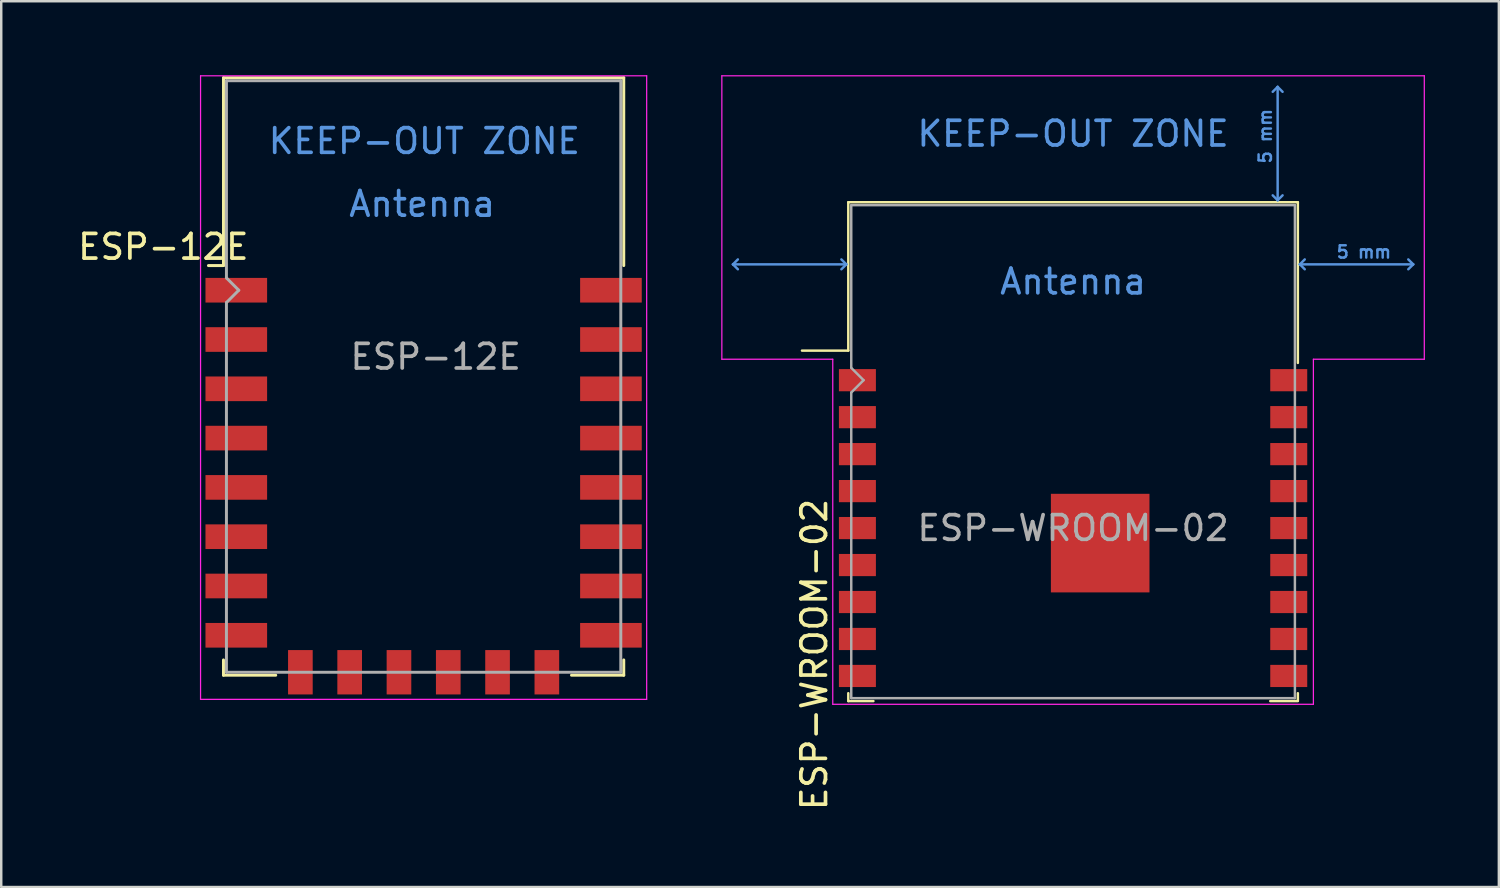
<source format=kicad_pcb>
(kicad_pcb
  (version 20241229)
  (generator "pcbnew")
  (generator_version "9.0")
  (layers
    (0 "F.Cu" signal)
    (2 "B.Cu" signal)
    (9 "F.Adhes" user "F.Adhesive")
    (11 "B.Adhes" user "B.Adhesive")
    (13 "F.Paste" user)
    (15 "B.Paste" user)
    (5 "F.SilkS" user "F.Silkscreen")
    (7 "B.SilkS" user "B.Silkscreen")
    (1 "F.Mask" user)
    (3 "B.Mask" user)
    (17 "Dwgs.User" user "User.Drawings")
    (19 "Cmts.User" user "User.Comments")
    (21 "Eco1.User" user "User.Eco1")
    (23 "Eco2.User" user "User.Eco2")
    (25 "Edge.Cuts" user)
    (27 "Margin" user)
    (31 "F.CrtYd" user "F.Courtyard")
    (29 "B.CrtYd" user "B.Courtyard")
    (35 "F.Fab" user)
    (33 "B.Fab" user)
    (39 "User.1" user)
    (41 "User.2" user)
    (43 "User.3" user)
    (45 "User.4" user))
  (footprint "ESP-WROOM-02"
    (layer "F.Cu")
    (at 40.487 18.375)
    (property "Reference" "ESP-WROOM-02" (at -10.5 5.13 90) (layer "F.SilkS") (effects (font (size 1 1) (thickness 0.15))))
    (attr smd)
    (fp_line (start -9.12 -13.22) (end -9.12 -7.2) (stroke (width 0.1) (type solid)) (layer "F.SilkS"))
    (fp_line (start -9.12 -13.22) (end 9.12 -13.22) (stroke (width 0.1) (type solid)) (layer "F.SilkS"))
    (fp_line (start -9.12 -7.2) (end -11 -7.2) (stroke (width 0.1) (type solid)) (layer "F.SilkS"))
    (fp_line (start -9.12 6.7) (end -9.12 7.02) (stroke (width 0.1) (type solid)) (layer "F.SilkS"))
    (fp_line (start -9.12 7.02) (end -8.1 7.02) (stroke (width 0.1) (type solid)) (layer "F.SilkS"))
    (fp_line (start 8 7.02) (end 9.12 7.02) (stroke (width 0.1) (type solid)) (layer "F.SilkS"))
    (fp_line (start 9.12 -13.22) (end 9.12 -6.7) (stroke (width 0.1) (type solid)) (layer "F.SilkS"))
    (fp_line (start 9.12 6.7) (end 9.12 7) (stroke (width 0.1) (type solid)) (layer "F.SilkS"))
    (fp_line (start -13.8 -10.7) (end -13.6 -10.9) (stroke (width 0.1) (type solid)) (layer "Cmts.User"))
    (fp_line (start -13.8 -10.7) (end -13.6 -10.5) (stroke (width 0.1) (type solid)) (layer "Cmts.User"))
    (fp_line (start -13.8 -10.7) (end -9.2 -10.7) (stroke (width 0.1) (type solid)) (layer "Cmts.User"))
    (fp_line (start -9.2 -10.7) (end -9.4 -10.9) (stroke (width 0.1) (type solid)) (layer "Cmts.User"))
    (fp_line (start -9.2 -10.7) (end -9.4 -10.5) (stroke (width 0.1) (type solid)) (layer "Cmts.User"))
    (fp_line (start 8.3 -17.9) (end 8.1 -17.7) (stroke (width 0.1) (type solid)) (layer "Cmts.User"))
    (fp_line (start 8.3 -17.9) (end 8.5 -17.7) (stroke (width 0.1) (type solid)) (layer "Cmts.User"))
    (fp_line (start 8.3 -13.3) (end 8.1 -13.5) (stroke (width 0.1) (type solid)) (layer "Cmts.User"))
    (fp_line (start 8.3 -13.3) (end 8.3 -17.9) (stroke (width 0.1) (type solid)) (layer "Cmts.User"))
    (fp_line (start 8.3 -13.3) (end 8.5 -13.5) (stroke (width 0.1) (type solid)) (layer "Cmts.User"))
    (fp_line (start 9.2 -10.7) (end 9.4 -10.9) (stroke (width 0.1) (type solid)) (layer "Cmts.User"))
    (fp_line (start 9.2 -10.7) (end 9.4 -10.5) (stroke (width 0.1) (type solid)) (layer "Cmts.User"))
    (fp_line (start 9.2 -10.7) (end 13.8 -10.7) (stroke (width 0.1) (type solid)) (layer "Cmts.User"))
    (fp_line (start 13.8 -10.7) (end 13.6 -10.9) (stroke (width 0.1) (type solid)) (layer "Cmts.User"))
    (fp_line (start 13.8 -10.7) (end 13.6 -10.5) (stroke (width 0.1) (type solid)) (layer "Cmts.User"))
    (fp_line (start -14.25 -18.35) (end -14.25 -6.85) (stroke (width 0.05) (type solid)) (layer "F.CrtYd"))
    (fp_line (start -14.25 -18.35) (end 14.25 -18.35) (stroke (width 0.05) (type solid)) (layer "F.CrtYd"))
    (fp_line (start -14.25 -6.85) (end -9.75 -6.85) (stroke (width 0.05) (type solid)) (layer "F.CrtYd"))
    (fp_line (start -9.75 7.15) (end -9.75 -6.85) (stroke (width 0.05) (type solid)) (layer "F.CrtYd"))
    (fp_line (start -9.75 7.15) (end 9.75 7.15) (stroke (width 0.05) (type solid)) (layer "F.CrtYd"))
    (fp_line (start 9.75 -6.85) (end 9.75 7.15) (stroke (width 0.05) (type solid)) (layer "F.CrtYd"))
    (fp_line (start 9.75 -6.85) (end 14.25 -6.85) (stroke (width 0.05) (type solid)) (layer "F.CrtYd"))
    (fp_line (start 14.25 -18.35) (end 14.25 -6.85) (stroke (width 0.05) (type solid)) (layer "F.CrtYd"))
    (fp_line (start -9 -13.1) (end -9 -6.5) (stroke (width 0.1) (type solid)) (layer "F.Fab"))
    (fp_line (start -9 -13.1) (end 9 -13.1) (stroke (width 0.1) (type solid)) (layer "F.Fab"))
    (fp_line (start -9 -6.5) (end -8.5 -6) (stroke (width 0.1) (type solid)) (layer "F.Fab"))
    (fp_line (start -9 -5.5) (end -9 6.9) (stroke (width 0.1) (type solid)) (layer "F.Fab"))
    (fp_line (start -9 6.9) (end 9 6.9) (stroke (width 0.1) (type solid)) (layer "F.Fab"))
    (fp_line (start -8.5 -6) (end -9 -5.5) (stroke (width 0.1) (type solid)) (layer "F.Fab"))
    (fp_line (start 9 6.9) (end 9 -13.1) (stroke (width 0.1) (type solid)) (layer "F.Fab"))
    (fp_text user "5 mm" (at 11.8 -11.2 0) (layer "Cmts.User") (effects (font (size 0.5 0.5) (thickness 0.1))))
    (fp_text user "5 mm" (at 7.8 -15.9 90) (layer "Cmts.User") (effects (font (size 0.5 0.5) (thickness 0.1))))
    (fp_text user "KEEP-OUT ZONE" (at 0 -16 0) (layer "Cmts.User") (effects (font (size 1 1) (thickness 0.15))))
    (fp_text user "Antenna" (at 0 -10 0) (layer "Cmts.User") (effects (font (size 1 1) (thickness 0.15))))
    (fp_text user "${REFERENCE}" (at 0 0 0) (layer "F.Fab") (effects (font (size 1 1) (thickness 0.15))))
    (pad "1" smd rect (at -8.75 -6) (size 1.5 0.9) (layers "F.Cu" "F.Mask" "F.Paste"))
    (pad "2" smd rect (at -8.75 -4.5) (size 1.5 0.9) (layers "F.Cu" "F.Mask" "F.Paste"))
    (pad "3" smd rect (at -8.75 -3) (size 1.5 0.9) (layers "F.Cu" "F.Mask" "F.Paste"))
    (pad "4" smd rect (at -8.75 -1.5) (size 1.5 0.9) (layers "F.Cu" "F.Mask" "F.Paste"))
    (pad "5" smd rect (at -8.75 0) (size 1.5 0.9) (layers "F.Cu" "F.Mask" "F.Paste"))
    (pad "6" smd rect (at -8.75 1.5) (size 1.5 0.9) (layers "F.Cu" "F.Mask" "F.Paste"))
    (pad "7" smd rect (at -8.75 3) (size 1.5 0.9) (layers "F.Cu" "F.Mask" "F.Paste"))
    (pad "8" smd rect (at -8.75 4.5) (size 1.5 0.9) (layers "F.Cu" "F.Mask" "F.Paste"))
    (pad "9" smd rect (at -8.75 6) (size 1.5 0.9) (layers "F.Cu" "F.Mask" "F.Paste"))
    (pad "10" smd rect (at 8.75 6) (size 1.5 0.9) (layers "F.Cu" "F.Mask" "F.Paste"))
    (pad "11" smd rect (at 8.75 4.5) (size 1.5 0.9) (layers "F.Cu" "F.Mask" "F.Paste"))
    (pad "12" smd rect (at 8.75 3) (size 1.5 0.9) (layers "F.Cu" "F.Mask" "F.Paste"))
    (pad "13" smd rect (at 8.75 1.5) (size 1.5 0.9) (layers "F.Cu" "F.Mask" "F.Paste"))
    (pad "14" smd rect (at 8.75 0) (size 1.5 0.9) (layers "F.Cu" "F.Mask" "F.Paste"))
    (pad "15" smd rect (at 8.75 -1.5) (size 1.5 0.9) (layers "F.Cu" "F.Mask" "F.Paste"))
    (pad "16" smd rect (at 8.75 -3) (size 1.5 0.9) (layers "F.Cu" "F.Mask" "F.Paste"))
    (pad "17" smd rect (at 8.75 -4.5) (size 1.5 0.9) (layers "F.Cu" "F.Mask" "F.Paste"))
    (pad "18" smd rect (at 8.75 -6) (size 1.5 0.9) (layers "F.Cu" "F.Mask" "F.Paste"))
    (pad "19" smd rect (at 1.1 0.61) (size 4 4) (layers "F.Cu" "F.Mask" "F.Paste"))
    (zone (net_name "") (layers "F.Cu" "B.Cu") (hatch full 0.508) (connect_pads) (min_thickness 0.254) (filled_areas_thickness no) (keepout (tracks not_allowed) (vias not_allowed) (pads not_allowed) (copperpour not_allowed) (footprints not_allowed)) (placement (enabled no)) (fill) (polygon (pts (xy 26.487 11.275) (xy 54.487 11.275) (xy 54.487 0.275) (xy 26.487 0.275)))))
  (footprint "ESP-12E"
    (layer "F.Cu")
    (at 14.137 12.225)
    (property "Reference" "ESP-12E" (at -10.56 -5.26 0) (layer "F.SilkS") (effects (font (size 1 1) (thickness 0.15))))
    (attr smd)
    (fp_line (start -8.12 -12.12) (end 8.12 -12.12) (stroke (width 0.12) (type solid)) (layer "F.SilkS"))
    (fp_line (start -8.12 -4.5) (end -8.73 -4.5) (stroke (width 0.12) (type solid)) (layer "F.SilkS"))
    (fp_line (start -8.12 -4.5) (end -8.12 -12.12) (stroke (width 0.12) (type solid)) (layer "F.SilkS"))
    (fp_line (start -8.12 12.12) (end -8.12 11.5) (stroke (width 0.12) (type solid)) (layer "F.SilkS"))
    (fp_line (start -6 12.12) (end -8.12 12.12) (stroke (width 0.12) (type solid)) (layer "F.SilkS"))
    (fp_line (start 8.12 -12.12) (end 8.12 -4.5) (stroke (width 0.12) (type solid)) (layer "F.SilkS"))
    (fp_line (start 8.12 11.5) (end 8.12 12.12) (stroke (width 0.12) (type solid)) (layer "F.SilkS"))
    (fp_line (start 8.12 12.12) (end 6 12.12) (stroke (width 0.12) (type solid)) (layer "F.SilkS"))
    (fp_line (start -9.05 -12.2) (end 9.05 -12.2) (stroke (width 0.05) (type solid)) (layer "F.CrtYd"))
    (fp_line (start -9.05 13.1) (end -9.05 -12.2) (stroke (width 0.05) (type solid)) (layer "F.CrtYd"))
    (fp_line (start 9.05 -12.2) (end 9.05 13.1) (stroke (width 0.05) (type solid)) (layer "F.CrtYd"))
    (fp_line (start 9.05 13.1) (end -9.05 13.1) (stroke (width 0.05) (type solid)) (layer "F.CrtYd"))
    (fp_line (start -8 -12) (end 8 -12) (stroke (width 0.12) (type solid)) (layer "F.Fab"))
    (fp_line (start -8 -4) (end -8 -12) (stroke (width 0.12) (type solid)) (layer "F.Fab"))
    (fp_line (start -8 -3) (end -7.5 -3.5) (stroke (width 0.12) (type solid)) (layer "F.Fab"))
    (fp_line (start -8 12) (end -8 -3) (stroke (width 0.12) (type solid)) (layer "F.Fab"))
    (fp_line (start -7.5 -3.5) (end -8 -4) (stroke (width 0.12) (type solid)) (layer "F.Fab"))
    (fp_line (start 8 -12) (end 8 12) (stroke (width 0.12) (type solid)) (layer "F.Fab"))
    (fp_line (start 8 12) (end -8 12) (stroke (width 0.12) (type solid)) (layer "F.Fab"))
    (fp_text user "Antenna" (at -0.06 -7 180) (layer "Cmts.User") (effects (font (size 1 1) (thickness 0.15))))
    (fp_text user "KEEP-OUT ZONE" (at 0.03 -9.55 180) (layer "Cmts.User") (effects (font (size 1 1) (thickness 0.15))))
    (fp_text user "${REFERENCE}" (at 0.49 -0.8 0) (layer "F.Fab") (effects (font (size 1 1) (thickness 0.15))))
    (pad "1" smd rect (at -7.6 -3.5) (size 2.5 1) (layers "F.Cu" "F.Mask" "F.Paste"))
    (pad "2" smd rect (at -7.6 -1.5) (size 2.5 1) (layers "F.Cu" "F.Mask" "F.Paste"))
    (pad "3" smd rect (at -7.6 0.5) (size 2.5 1) (layers "F.Cu" "F.Mask" "F.Paste"))
    (pad "4" smd rect (at -7.6 2.5) (size 2.5 1) (layers "F.Cu" "F.Mask" "F.Paste"))
    (pad "5" smd rect (at -7.6 4.5) (size 2.5 1) (layers "F.Cu" "F.Mask" "F.Paste"))
    (pad "6" smd rect (at -7.6 6.5) (size 2.5 1) (layers "F.Cu" "F.Mask" "F.Paste"))
    (pad "7" smd rect (at -7.6 8.5) (size 2.5 1) (layers "F.Cu" "F.Mask" "F.Paste"))
    (pad "8" smd rect (at -7.6 10.5) (size 2.5 1) (layers "F.Cu" "F.Mask" "F.Paste"))
    (pad "9" smd rect (at -5 12) (size 1 1.8) (layers "F.Cu" "F.Mask" "F.Paste"))
    (pad "10" smd rect (at -3 12) (size 1 1.8) (layers "F.Cu" "F.Mask" "F.Paste"))
    (pad "11" smd rect (at -1 12) (size 1 1.8) (layers "F.Cu" "F.Mask" "F.Paste"))
    (pad "12" smd rect (at 1 12) (size 1 1.8) (layers "F.Cu" "F.Mask" "F.Paste"))
    (pad "13" smd rect (at 3 12) (size 1 1.8) (layers "F.Cu" "F.Mask" "F.Paste"))
    (pad "14" smd rect (at 5 12) (size 1 1.8) (layers "F.Cu" "F.Mask" "F.Paste"))
    (pad "15" smd rect (at 7.6 10.5) (size 2.5 1) (layers "F.Cu" "F.Mask" "F.Paste"))
    (pad "16" smd rect (at 7.6 8.5) (size 2.5 1) (layers "F.Cu" "F.Mask" "F.Paste"))
    (pad "17" smd rect (at 7.6 6.5) (size 2.5 1) (layers "F.Cu" "F.Mask" "F.Paste"))
    (pad "18" smd rect (at 7.6 4.5) (size 2.5 1) (layers "F.Cu" "F.Mask" "F.Paste"))
    (pad "19" smd rect (at 7.6 2.5) (size 2.5 1) (layers "F.Cu" "F.Mask" "F.Paste"))
    (pad "20" smd rect (at 7.6 0.5) (size 2.5 1) (layers "F.Cu" "F.Mask" "F.Paste"))
    (pad "21" smd rect (at 7.6 -1.5) (size 2.5 1) (layers "F.Cu" "F.Mask" "F.Paste"))
    (pad "22" smd rect (at 7.6 -3.5) (size 2.5 1) (layers "F.Cu" "F.Mask" "F.Paste"))
    (zone (net_name "") (layers "F.Cu" "B.Cu") (hatch full 0.508) (connect_pads) (min_thickness 0.254) (filled_areas_thickness no) (keepout (tracks not_allowed) (vias not_allowed) (pads not_allowed) (copperpour not_allowed) (footprints not_allowed)) (placement (enabled no)) (fill) (polygon (pts (xy 6.017 7.425) (xy 22.257 7.425) (xy 22.257 0.105) (xy 6.017 0.105)))))
  (gr_rect
    (start -3 -3)
    (end 57.762 32.94)
    (stroke (width 0.1) (type default))
    (fill no)
    (layer "Edge.Cuts")))
</source>
